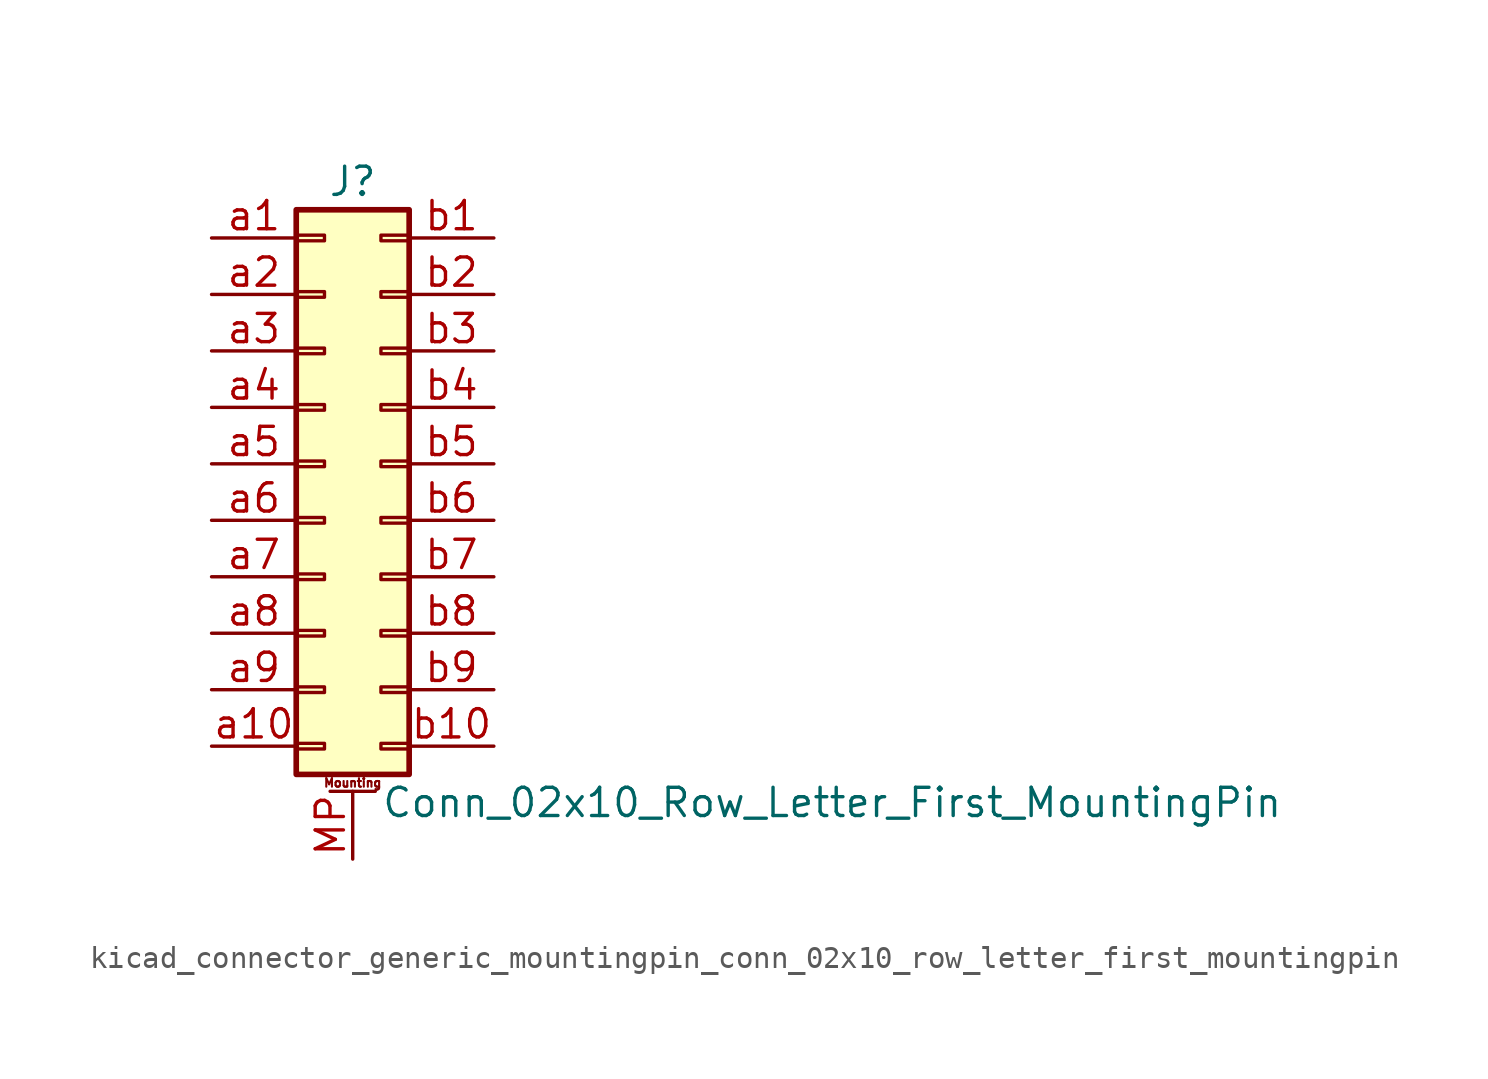
<source format=kicad_sym>
(kicad_symbol_lib
  (version 20220914)
  (generator kicad_symbol_editor)
  (symbol "kicad_connector_generic_mountingpin_conn_02x10_row_letter_first_mountingpin"
    (pin_names
      (offset 1.016) hide)
    (property "Reference" "J"
      (at 1.27 12.7 0)
      (effects (font (size 1.27 1.27))))
    (property "Value" "Conn_02x10_Row_Letter_First_MountingPin"
      (at 2.54 -15.24 0)
      (effects (font (size 1.27 1.27)) (justify left)))
    (symbol "kicad_connector_generic_mountingpin_conn_02x10_row_letter_first_mountingpin_1_1"
      (rectangle (start -1.27 -12.573) (end 0 -12.827) (stroke (width 0.152) (type default)) (fill (type none)))
      (rectangle (start -1.27 -10.033) (end 0 -10.287) (stroke (width 0.152) (type default)) (fill (type none)))
      (rectangle (start -1.27 -7.493) (end 0 -7.747) (stroke (width 0.152) (type default)) (fill (type none)))
      (rectangle (start -1.27 -4.953) (end 0 -5.207) (stroke (width 0.152) (type default)) (fill (type none)))
      (rectangle (start -1.27 -2.413) (end 0 -2.667) (stroke (width 0.152) (type default)) (fill (type none)))
      (rectangle (start -1.27 0.127) (end 0 -0.127) (stroke (width 0.152) (type default)) (fill (type none)))
      (rectangle (start -1.27 2.667) (end 0 2.413) (stroke (width 0.152) (type default)) (fill (type none)))
      (rectangle (start -1.27 5.207) (end 0 4.953) (stroke (width 0.152) (type default)) (fill (type none)))
      (rectangle (start -1.27 7.747) (end 0 7.493) (stroke (width 0.152) (type default)) (fill (type none)))
      (rectangle (start -1.27 10.287) (end 0 10.033) (stroke (width 0.152) (type default)) (fill (type none)))
      (rectangle (start -1.27 11.43) (end 3.81 -13.97) (stroke (width 0.254) (type default)) (fill (type background)))
      (polyline (pts (xy 0.254 -14.732) (xy 2.286 -14.732)) (stroke (width 0.152) (type default)) (fill (type none)))
      (rectangle (start 3.81 -12.573) (end 2.54 -12.827) (stroke (width 0.152) (type default)) (fill (type none)))
      (rectangle (start 3.81 -10.033) (end 2.54 -10.287) (stroke (width 0.152) (type default)) (fill (type none)))
      (rectangle (start 3.81 -7.493) (end 2.54 -7.747) (stroke (width 0.152) (type default)) (fill (type none)))
      (rectangle (start 3.81 -4.953) (end 2.54 -5.207) (stroke (width 0.152) (type default)) (fill (type none)))
      (rectangle (start 3.81 -2.413) (end 2.54 -2.667) (stroke (width 0.152) (type default)) (fill (type none)))
      (rectangle (start 3.81 0.127) (end 2.54 -0.127) (stroke (width 0.152) (type default)) (fill (type none)))
      (rectangle (start 3.81 2.667) (end 2.54 2.413) (stroke (width 0.152) (type default)) (fill (type none)))
      (rectangle (start 3.81 5.207) (end 2.54 4.953) (stroke (width 0.152) (type default)) (fill (type none)))
      (rectangle (start 3.81 7.747) (end 2.54 7.493) (stroke (width 0.152) (type default)) (fill (type none)))
      (rectangle (start 3.81 10.287) (end 2.54 10.033) (stroke (width 0.152) (type default)) (fill (type none)))
      (text "Mounting" (at 1.27 -14.351 0) (effects (font (size 0.381 0.381))))
      (pin passive line (at 1.27 -17.78 90) (length 3.048) (name "MountPin" (effects (font (size 1.27 1.27)))) (number "MP" (effects (font (size 1.27 1.27)))))
      (pin passive line (at -5.08 10.16 0) (length 3.81) (name "Pin_a1" (effects (font (size 1.27 1.27)))) (number "a1" (effects (font (size 1.27 1.27)))))
      (pin passive line (at -5.08 -12.7 0) (length 3.81) (name "Pin_a10" (effects (font (size 1.27 1.27)))) (number "a10" (effects (font (size 1.27 1.27)))))
      (pin passive line (at -5.08 7.62 0) (length 3.81) (name "Pin_a2" (effects (font (size 1.27 1.27)))) (number "a2" (effects (font (size 1.27 1.27)))))
      (pin passive line (at -5.08 5.08 0) (length 3.81) (name "Pin_a3" (effects (font (size 1.27 1.27)))) (number "a3" (effects (font (size 1.27 1.27)))))
      (pin passive line (at -5.08 2.54 0) (length 3.81) (name "Pin_a4" (effects (font (size 1.27 1.27)))) (number "a4" (effects (font (size 1.27 1.27)))))
      (pin passive line (at -5.08 0 0) (length 3.81) (name "Pin_a5" (effects (font (size 1.27 1.27)))) (number "a5" (effects (font (size 1.27 1.27)))))
      (pin passive line (at -5.08 -2.54 0) (length 3.81) (name "Pin_a6" (effects (font (size 1.27 1.27)))) (number "a6" (effects (font (size 1.27 1.27)))))
      (pin passive line (at -5.08 -5.08 0) (length 3.81) (name "Pin_a7" (effects (font (size 1.27 1.27)))) (number "a7" (effects (font (size 1.27 1.27)))))
      (pin passive line (at -5.08 -7.62 0) (length 3.81) (name "Pin_a8" (effects (font (size 1.27 1.27)))) (number "a8" (effects (font (size 1.27 1.27)))))
      (pin passive line (at -5.08 -10.16 0) (length 3.81) (name "Pin_a9" (effects (font (size 1.27 1.27)))) (number "a9" (effects (font (size 1.27 1.27)))))
      (pin passive line (at 7.62 10.16 180) (length 3.81) (name "Pin_b1" (effects (font (size 1.27 1.27)))) (number "b1" (effects (font (size 1.27 1.27)))))
      (pin passive line (at 7.62 -12.7 180) (length 3.81) (name "Pin_b10" (effects (font (size 1.27 1.27)))) (number "b10" (effects (font (size 1.27 1.27)))))
      (pin passive line (at 7.62 7.62 180) (length 3.81) (name "Pin_b2" (effects (font (size 1.27 1.27)))) (number "b2" (effects (font (size 1.27 1.27)))))
      (pin passive line (at 7.62 5.08 180) (length 3.81) (name "Pin_b3" (effects (font (size 1.27 1.27)))) (number "b3" (effects (font (size 1.27 1.27)))))
      (pin passive line (at 7.62 2.54 180) (length 3.81) (name "Pin_b4" (effects (font (size 1.27 1.27)))) (number "b4" (effects (font (size 1.27 1.27)))))
      (pin passive line (at 7.62 0 180) (length 3.81) (name "Pin_b5" (effects (font (size 1.27 1.27)))) (number "b5" (effects (font (size 1.27 1.27)))))
      (pin passive line (at 7.62 -2.54 180) (length 3.81) (name "Pin_b6" (effects (font (size 1.27 1.27)))) (number "b6" (effects (font (size 1.27 1.27)))))
      (pin passive line (at 7.62 -5.08 180) (length 3.81) (name "Pin_b7" (effects (font (size 1.27 1.27)))) (number "b7" (effects (font (size 1.27 1.27)))))
      (pin passive line (at 7.62 -7.62 180) (length 3.81) (name "Pin_b8" (effects (font (size 1.27 1.27)))) (number "b8" (effects (font (size 1.27 1.27)))))
      (pin passive line (at 7.62 -10.16 180) (length 3.81) (name "Pin_b9" (effects (font (size 1.27 1.27)))) (number "b9" (effects (font (size 1.27 1.27))))))))
</source>
